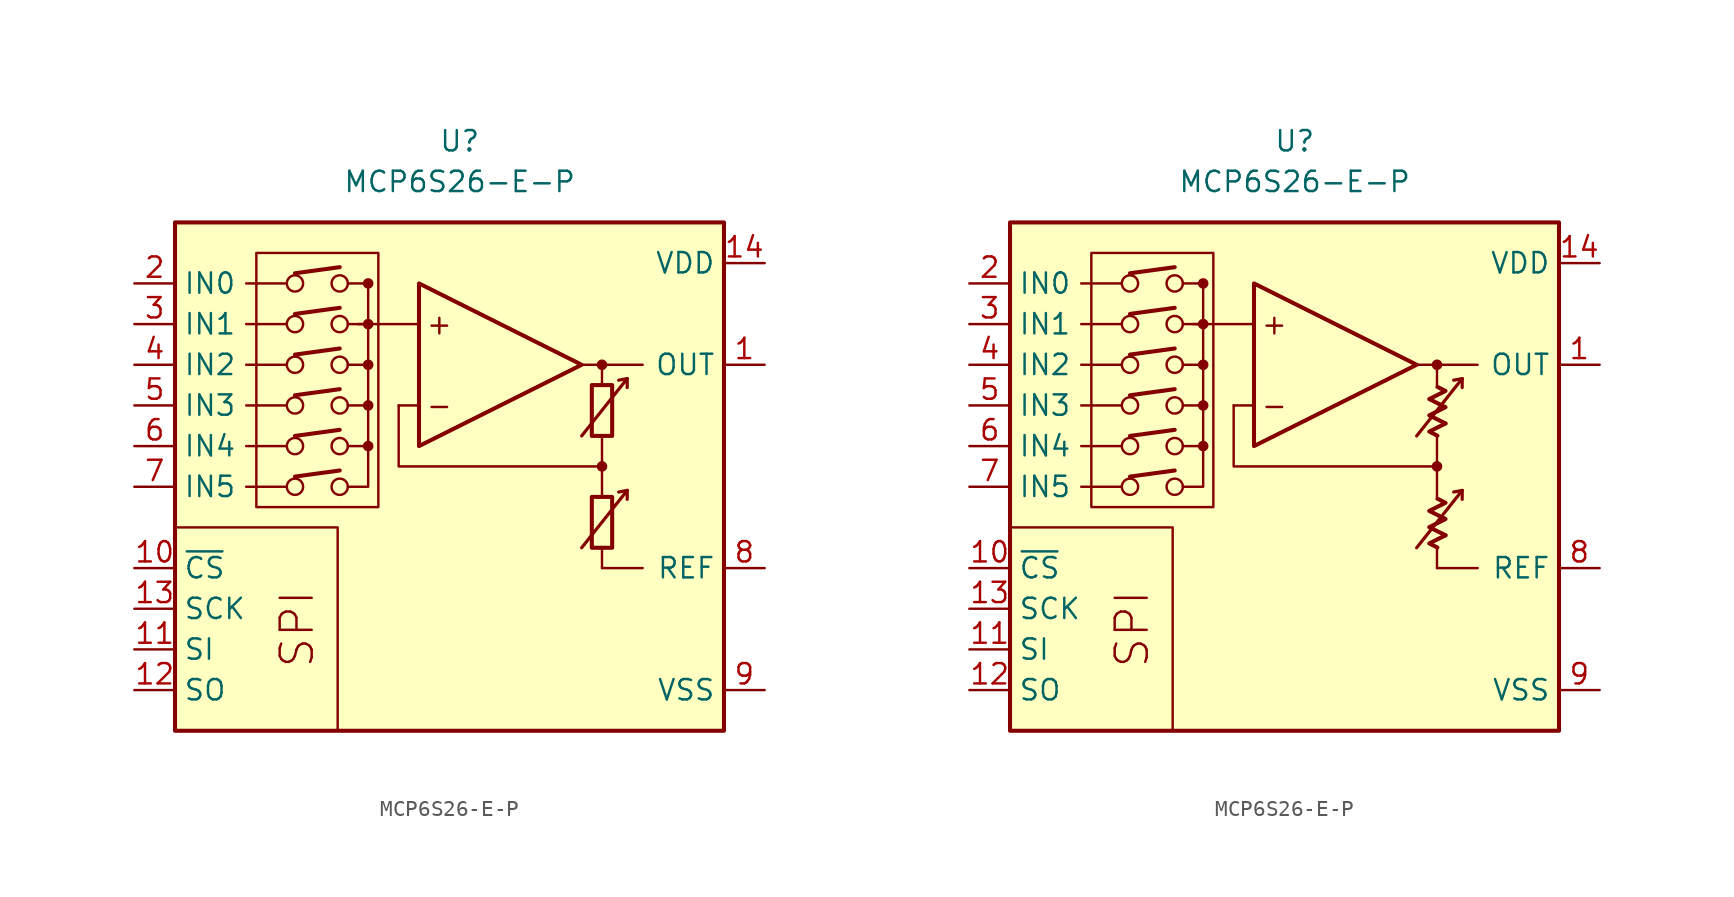
<source format=kicad_sym>
(kicad_symbol_lib
  (version 20231120)
  (generator "kicad_symbol_editor")
  (generator_version "8.0")
  (symbol "MCP6S26-E-P"
    (property "Reference" "U"
      (at 0 19.05 0)
      (effects (font (size 1.27 1.27))))
    (property "Value" "MCP6S26-E-P"
      (at 0 16.51 0)
      (effects (font (size 1.27 1.27))))
    (symbol "MCP6S26-E-P_0_0"
      (rectangle (start -12.7 12.065) (end -5.08 -3.81) (stroke (width 0.152) (type default)) (fill (type none)))
      (circle (center -10.287 -2.54) (radius 0.508) (stroke (width 0) (type default)) (fill (type none)))
      (circle (center -10.287 0) (radius 0.508) (stroke (width 0) (type default)) (fill (type none)))
      (circle (center -10.287 2.54) (radius 0.508) (stroke (width 0) (type default)) (fill (type none)))
      (circle (center -10.287 5.08) (radius 0.508) (stroke (width 0) (type default)) (fill (type none)))
      (circle (center -10.287 7.62) (radius 0.508) (stroke (width 0) (type default)) (fill (type none)))
      (circle (center -10.287 10.16) (radius 0.508) (stroke (width 0) (type default)) (fill (type none)))
      (circle (center -7.493 -2.54) (radius 0.508) (stroke (width 0) (type default)) (fill (type none)))
      (circle (center -7.493 0) (radius 0.508) (stroke (width 0) (type default)) (fill (type none)))
      (circle (center -7.493 2.54) (radius 0.508) (stroke (width 0) (type default)) (fill (type none)))
      (circle (center -7.493 5.08) (radius 0.508) (stroke (width 0) (type default)) (fill (type none)))
      (circle (center -7.493 7.62) (radius 0.508) (stroke (width 0) (type default)) (fill (type none)))
      (circle (center -7.493 10.16) (radius 0.508) (stroke (width 0) (type default)) (fill (type none)))
      (circle (center -5.715 0) (radius 0.254) (stroke (width 0.152) (type default)) (fill (type outline)))
      (circle (center -5.715 2.54) (radius 0.254) (stroke (width 0.152) (type default)) (fill (type outline)))
      (circle (center -5.715 5.08) (radius 0.254) (stroke (width 0.152) (type default)) (fill (type outline)))
      (circle (center -5.715 7.62) (radius 0.254) (stroke (width 0.152) (type default)) (fill (type outline)))
      (circle (center -5.715 10.16) (radius 0.254) (stroke (width 0.152) (type default)) (fill (type outline)))
      (polyline (pts (xy 8.89 -3.81)) (stroke (width 0.152) (type default)) (fill (type none)))
      (polyline (pts (xy 8.89 -3.81)) (stroke (width 0.152) (type default)) (fill (type none)))
      (polyline (pts (xy 8.89 -3.175)) (stroke (width 0.152) (type default)) (fill (type none)))
      (polyline (pts (xy 8.89 3.175)) (stroke (width 0.152) (type default)) (fill (type none)))
      (polyline (pts (xy 8.89 3.81)) (stroke (width 0.152) (type default)) (fill (type none)))
      (polyline (pts (xy 8.89 3.81)) (stroke (width 0.152) (type default)) (fill (type none)))
      (polyline (pts (xy -10.795 -2.54) (xy -13.335 -2.54)) (stroke (width 0.152) (type default)) (fill (type none)))
      (polyline (pts (xy -10.795 0) (xy -13.335 0)) (stroke (width 0.152) (type default)) (fill (type none)))
      (polyline (pts (xy -10.795 2.54) (xy -13.335 2.54)) (stroke (width 0.152) (type default)) (fill (type none)))
      (polyline (pts (xy -10.795 5.08) (xy -13.335 5.08)) (stroke (width 0.152) (type default)) (fill (type none)))
      (polyline (pts (xy -10.795 7.62) (xy -13.335 7.62)) (stroke (width 0.152) (type default)) (fill (type none)))
      (polyline (pts (xy -10.795 10.16) (xy -13.335 10.16)) (stroke (width 0.152) (type default)) (fill (type none)))
      (polyline (pts (xy -10.287 -1.905) (xy -7.493 -1.524)) (stroke (width 0.254) (type default)) (fill (type none)))
      (polyline (pts (xy -10.287 0.635) (xy -7.493 1.016)) (stroke (width 0.254) (type default)) (fill (type none)))
      (polyline (pts (xy -10.287 3.175) (xy -7.493 3.556)) (stroke (width 0.254) (type default)) (fill (type none)))
      (polyline (pts (xy -10.287 5.715) (xy -7.493 6.096)) (stroke (width 0.254) (type default)) (fill (type none)))
      (polyline (pts (xy -10.287 8.255) (xy -7.493 8.636)) (stroke (width 0.254) (type default)) (fill (type none)))
      (polyline (pts (xy -10.287 10.795) (xy -7.493 11.176)) (stroke (width 0.254) (type default)) (fill (type none)))
      (polyline (pts (xy -5.715 10.16) (xy -6.985 10.16)) (stroke (width 0.152) (type default)) (fill (type none)))
      (polyline (pts (xy -2.54 2.54) (xy -3.81 2.54)) (stroke (width 0.152) (type default)) (fill (type none)))
      (polyline (pts (xy -2.54 7.62) (xy -6.35 7.62)) (stroke (width 0.152) (type default)) (fill (type none)))
      (polyline (pts (xy 7.62 5.08) (xy 11.43 5.08)) (stroke (width 0.152) (type default)) (fill (type none)))
      (polyline (pts (xy 8.89 -6.35) (xy 8.89 -7.62)) (stroke (width 0.152) (type default)) (fill (type none)))
      (polyline (pts (xy 8.89 -1.27) (xy 8.89 -3.175)) (stroke (width 0.152) (type default)) (fill (type none)))
      (polyline (pts (xy 8.89 0.635) (xy 8.89 -1.27)) (stroke (width 0.152) (type default)) (fill (type none)))
      (polyline (pts (xy 8.89 5.08) (xy 8.89 3.81)) (stroke (width 0.152) (type default)) (fill (type none)))
      (polyline (pts (xy -7.62 -17.78) (xy -7.62 -5.08) (xy -17.78 -5.08)) (stroke (width 0.152) (type default)) (fill (type none)))
      (polyline (pts (xy -6.985 -2.54) (xy -5.715 -2.54) (xy -5.715 0)) (stroke (width 0.152) (type default)) (fill (type none)))
      (polyline (pts (xy -6.985 0) (xy -5.715 0) (xy -5.715 2.54)) (stroke (width 0.152) (type default)) (fill (type none)))
      (polyline (pts (xy -6.985 2.54) (xy -5.715 2.54) (xy -5.715 5.08)) (stroke (width 0.152) (type default)) (fill (type none)))
      (polyline (pts (xy -6.985 5.08) (xy -5.715 5.08) (xy -5.715 7.62)) (stroke (width 0.152) (type default)) (fill (type none)))
      (polyline (pts (xy -6.985 7.62) (xy -5.715 7.62) (xy -5.715 10.16)) (stroke (width 0.152) (type default)) (fill (type none)))
      (polyline (pts (xy 8.89 -1.27) (xy -3.81 -1.27) (xy -3.81 2.54)) (stroke (width 0.152) (type default)) (fill (type none)))
      (circle (center 8.89 -1.27) (radius 0.254) (stroke (width 0.152) (type default)) (fill (type outline)))
      (circle (center 8.89 5.08) (radius 0.254) (stroke (width 0.152) (type default)) (fill (type outline)))
      (text "+" (at -1.27 7.62 0) (effects (font (size 1.27 1.27))))
      (text "-" (at -1.27 2.54 0) (effects (font (size 1.27 1.27))))
      (text "SPI" (at -10.16 -11.43 900) (effects (font (size 2 2)))))
    (symbol "MCP6S26-E-P_0_1"
      (rectangle (start 8.255 -3.175) (end 9.525 -6.35) (stroke (width 0.254) (type default)) (fill (type none)))
      (rectangle (start 8.255 3.81) (end 9.525 0.635) (stroke (width 0.254) (type default)) (fill (type none))))
    (symbol "MCP6S26-E-P_0_2"
      (polyline (pts (xy 9.422 -5.572) (xy 8.406 -6.08) (xy 8.915 -6.333)) (stroke (width 0.254) (type default)) (fill (type none)))
      (polyline (pts (xy 9.422 1.413) (xy 8.406 0.905) (xy 8.915 0.651)) (stroke (width 0.254) (type default)) (fill (type none)))
      (polyline (pts (xy 8.915 -3.285) (xy 9.422 -3.539) (xy 8.406 -4.048) (xy 9.422 -4.556) (xy 8.406 -5.064) (xy 9.422 -5.572)) (stroke (width 0.254) (type default)) (fill (type none)))
      (polyline (pts (xy 8.915 3.7) (xy 9.422 3.446) (xy 8.406 2.938) (xy 9.422 2.429) (xy 8.406 1.921) (xy 9.422 1.413)) (stroke (width 0.254) (type default)) (fill (type none))))
    (symbol "MCP6S26-E-P_1_0"
      (rectangle (start -17.78 13.97) (end 16.51 -17.78) (stroke (width 0.254) (type default)) (fill (type background)))
      (polyline (pts (xy 8.89 -7.62) (xy 11.43 -7.62)) (stroke (width 0) (type default)) (fill (type none)))
      (polyline (pts (xy 10.465 -2.769) (xy 9.931 -2.87)) (stroke (width 0.2) (type default)) (fill (type none)))
      (polyline (pts (xy 10.465 -2.769) (xy 10.465 -3.327)) (stroke (width 0.2) (type default)) (fill (type none)))
      (polyline (pts (xy 10.465 4.216) (xy 9.931 4.115)) (stroke (width 0.2) (type default)) (fill (type none)))
      (polyline (pts (xy 10.465 4.216) (xy 10.465 3.658)) (stroke (width 0.2) (type default)) (fill (type none)))
      (polyline (pts (xy -2.54 10.16) (xy -2.54 0) (xy 7.62 5.08) (xy -2.54 10.16)) (stroke (width 0.254) (type default)) (fill (type background)))
      (polyline (pts (xy 7.62 -6.35) (xy 10.465 -2.769) (xy 10.465 -2.769) (xy 10.465 -2.769)) (stroke (width 0.2) (type default)) (fill (type none)))
      (polyline (pts (xy 7.62 0.635) (xy 10.465 4.216) (xy 10.465 4.216) (xy 10.465 4.216)) (stroke (width 0.2) (type default)) (fill (type none))))
    (symbol "MCP6S26-E-P_1_1"
      (pin output line (at 19.05 5.08 180) (length 2.54) (name "OUT" (effects (font (size 1.27 1.27)))) (number "1" (effects (font (size 1.27 1.27)))))
      (pin input line (at -20.32 -7.62 0) (length 2.54) (name "~{CS}" (effects (font (size 1.27 1.27)))) (number "10" (effects (font (size 1.27 1.27)))))
      (pin input line (at -20.32 -12.7 0) (length 2.54) (name "SI" (effects (font (size 1.27 1.27)))) (number "11" (effects (font (size 1.27 1.27)))))
      (pin output line (at -20.32 -15.24 0) (length 2.54) (name "SO" (effects (font (size 1.27 1.27)))) (number "12" (effects (font (size 1.27 1.27)))))
      (pin input line (at -20.32 -10.16 0) (length 2.54) (name "SCK" (effects (font (size 1.27 1.27)))) (number "13" (effects (font (size 1.27 1.27)))))
      (pin power_in line (at 19.05 11.43 180) (length 2.54) (name "VDD" (effects (font (size 1.27 1.27)))) (number "14" (effects (font (size 1.27 1.27)))))
      (pin input line (at -20.32 10.16 0) (length 2.54) (name "IN0" (effects (font (size 1.27 1.27)))) (number "2" (effects (font (size 1.27 1.27)))))
      (pin input line (at -20.32 7.62 0) (length 2.54) (name "IN1" (effects (font (size 1.27 1.27)))) (number "3" (effects (font (size 1.27 1.27)))))
      (pin input line (at -20.32 5.08 0) (length 2.54) (name "IN2" (effects (font (size 1.27 1.27)))) (number "4" (effects (font (size 1.27 1.27)))))
      (pin input line (at -20.32 2.54 0) (length 2.54) (name "IN3" (effects (font (size 1.27 1.27)))) (number "5" (effects (font (size 1.27 1.27)))))
      (pin input line (at -20.32 0 0) (length 2.54) (name "IN4" (effects (font (size 1.27 1.27)))) (number "6" (effects (font (size 1.27 1.27)))))
      (pin input line (at -20.32 -2.54 0) (length 2.54) (name "IN5" (effects (font (size 1.27 1.27)))) (number "7" (effects (font (size 1.27 1.27)))))
      (pin passive line (at 19.05 -7.62 180) (length 2.54) (name "REF" (effects (font (size 1.27 1.27)))) (number "8" (effects (font (size 1.27 1.27)))))
      (pin power_in line (at 19.05 -15.24 180) (length 2.54) (name "VSS" (effects (font (size 1.27 1.27)))) (number "9" (effects (font (size 1.27 1.27))))))
    (symbol "MCP6S26-E-P_1_2"
      (pin output line (at 19.05 5.08 180) (length 2.54) (name "OUT" (effects (font (size 1.27 1.27)))) (number "1" (effects (font (size 1.27 1.27)))))
      (pin input line (at -20.32 -7.62 0) (length 2.54) (name "~{CS}" (effects (font (size 1.27 1.27)))) (number "10" (effects (font (size 1.27 1.27)))))
      (pin input line (at -20.32 -12.7 0) (length 2.54) (name "SI" (effects (font (size 1.27 1.27)))) (number "11" (effects (font (size 1.27 1.27)))))
      (pin output line (at -20.32 -15.24 0) (length 2.54) (name "SO" (effects (font (size 1.27 1.27)))) (number "12" (effects (font (size 1.27 1.27)))))
      (pin input line (at -20.32 -10.16 0) (length 2.54) (name "SCK" (effects (font (size 1.27 1.27)))) (number "13" (effects (font (size 1.27 1.27)))))
      (pin power_in line (at 19.05 11.43 180) (length 2.54) (name "VDD" (effects (font (size 1.27 1.27)))) (number "14" (effects (font (size 1.27 1.27)))))
      (pin input line (at -20.32 10.16 0) (length 2.54) (name "IN0" (effects (font (size 1.27 1.27)))) (number "2" (effects (font (size 1.27 1.27)))))
      (pin input line (at -20.32 7.62 0) (length 2.54) (name "IN1" (effects (font (size 1.27 1.27)))) (number "3" (effects (font (size 1.27 1.27)))))
      (pin input line (at -20.32 5.08 0) (length 2.54) (name "IN2" (effects (font (size 1.27 1.27)))) (number "4" (effects (font (size 1.27 1.27)))))
      (pin input line (at -20.32 2.54 0) (length 2.54) (name "IN3" (effects (font (size 1.27 1.27)))) (number "5" (effects (font (size 1.27 1.27)))))
      (pin input line (at -20.32 0 0) (length 2.54) (name "IN4" (effects (font (size 1.27 1.27)))) (number "6" (effects (font (size 1.27 1.27)))))
      (pin input line (at -20.32 -2.54 0) (length 2.54) (name "IN5" (effects (font (size 1.27 1.27)))) (number "7" (effects (font (size 1.27 1.27)))))
      (pin passive line (at 19.05 -7.62 180) (length 2.54) (name "REF" (effects (font (size 1.27 1.27)))) (number "8" (effects (font (size 1.27 1.27)))))
      (pin power_in line (at 19.05 -15.24 180) (length 2.54) (name "VSS" (effects (font (size 1.27 1.27)))) (number "9" (effects (font (size 1.27 1.27))))))))
</source>
